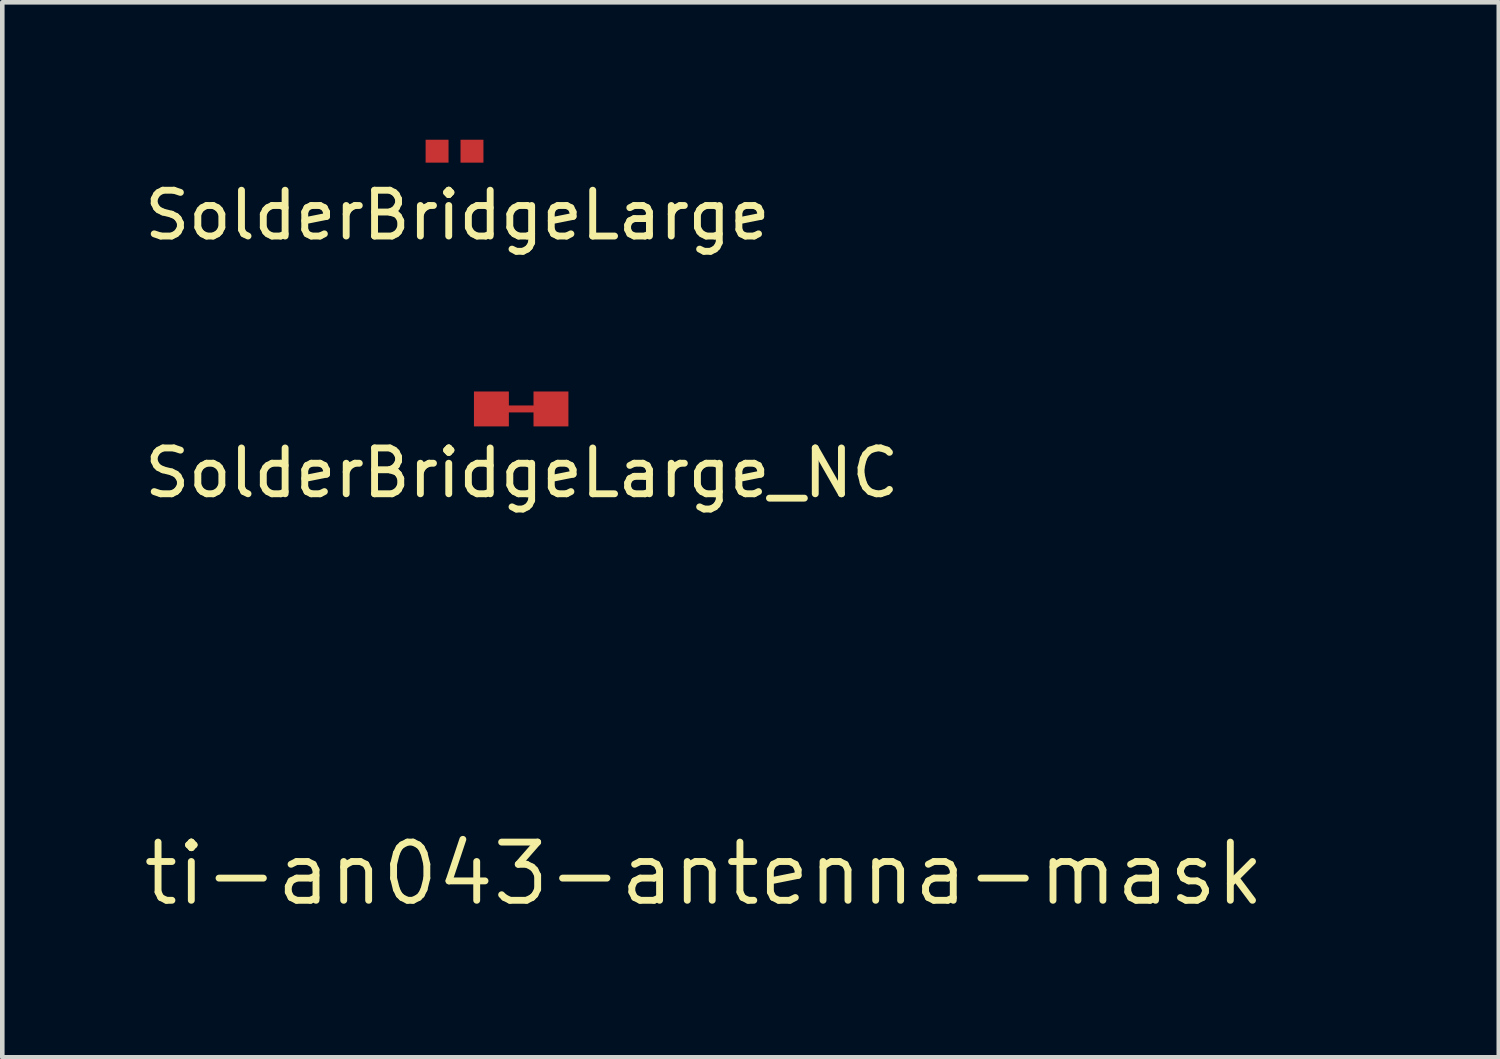
<source format=kicad_pcb>
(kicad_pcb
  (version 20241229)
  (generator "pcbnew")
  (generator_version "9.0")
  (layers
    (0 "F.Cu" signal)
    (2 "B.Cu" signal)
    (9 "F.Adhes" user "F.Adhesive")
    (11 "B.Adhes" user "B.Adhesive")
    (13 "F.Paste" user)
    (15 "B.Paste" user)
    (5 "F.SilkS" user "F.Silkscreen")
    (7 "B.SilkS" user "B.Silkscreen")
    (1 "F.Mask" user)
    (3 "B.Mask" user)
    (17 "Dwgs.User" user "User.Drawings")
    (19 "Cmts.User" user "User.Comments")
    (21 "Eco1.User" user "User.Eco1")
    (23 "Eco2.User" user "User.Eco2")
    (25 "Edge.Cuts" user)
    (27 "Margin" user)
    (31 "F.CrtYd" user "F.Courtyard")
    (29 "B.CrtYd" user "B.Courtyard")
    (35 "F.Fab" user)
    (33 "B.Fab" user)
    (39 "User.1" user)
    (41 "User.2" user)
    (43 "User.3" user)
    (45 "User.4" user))
  (footprint "SolderBridgeLarge"
    (layer "F.Cu")
    (at 6.871 0.25)
    (property "Reference" "SolderBridgeLarge" (at 0.064 1.397 0) (layer "F.SilkS") (effects (font (size 1 1) (thickness 0.15))))
    (attr through_hole)
    (pad "1" smd rect (at -0.381 0) (size 0.5 0.5) (layers "F.Cu" "F.Mask" "F.Paste"))
    (pad "2" smd rect (at 0.381 0) (size 0.5 0.5) (layers "F.Cu" "F.Mask" "F.Paste")))
  (footprint "ti-an043-antenna-mask"
    (layer "F.Cu")
    (at 12.314 16.021)
    (property "Reference" "ti-an043-antenna-mask" (at 0 0 0) (layer "F.SilkS") (effects (font (size 1.27 1.27) (thickness 0.15))))
    (attr through_hole)
    (fp_poly (pts (xy 0 -4.9) (xy 0 -4.4) (xy 5 -4.4) (xy 5 -4.9) (xy 0 -4.9)) (stroke (width 0) (type solid)) (fill yes) (layer "F.Mask"))
    (fp_poly (pts (xy 0 -4.4) (xy 0 0.5) (xy 0.9 0.5) (xy 0.9 -4.4) (xy 0 -4.4)) (stroke (width 0) (type solid)) (fill yes) (layer "F.Mask"))
    (fp_poly (pts (xy 2.3 -4.4) (xy 2.3 0.5) (xy 2.8 0.5) (xy 2.8 -4.4) (xy 2.3 -4.4)) (stroke (width 0) (type solid)) (fill yes) (layer "F.Mask"))
    (fp_poly (pts (xy 4.5 -4.4) (xy 4.5 -1.76) (xy 5 -1.76) (xy 5 -4.4) (xy 4.5 -4.4)) (stroke (width 0) (type solid)) (fill yes) (layer "F.Mask"))
    (fp_poly (pts (xy 5 -2.26) (xy 5 -1.76) (xy 7 -1.76) (xy 7 -2.26) (xy 5 -2.26)) (stroke (width 0) (type solid)) (fill yes) (layer "F.Mask"))
    (fp_poly (pts (xy 6.95 -4.9) (xy 6.95 -4.4) (xy 9.65 -4.4) (xy 9.65 -4.9) (xy 6.95 -4.9)) (stroke (width 0) (type solid)) (fill yes) (layer "F.Mask"))
    (fp_poly (pts (xy 6.95 -4.4) (xy 6.95 -1.76) (xy 7.45 -1.76) (xy 7.45 -4.4) (xy 6.95 -4.4)) (stroke (width 0) (type solid)) (fill yes) (layer "F.Mask"))
    (fp_poly (pts (xy 9.15 -4.4) (xy 9.15 -1.76) (xy 9.65 -1.76) (xy 9.65 -4.4) (xy 9.15 -4.4)) (stroke (width 0) (type solid)) (fill yes) (layer "F.Mask"))
    (fp_poly (pts (xy 9.65 -2.26) (xy 9.65 -1.76) (xy 11.65 -1.76) (xy 11.65 -2.26) (xy 9.65 -2.26)) (stroke (width 0) (type solid)) (fill yes) (layer "F.Mask"))
    (fp_poly (pts (xy 11.65 -4.9) (xy 11.65 -4.4) (xy 14.35 -4.4) (xy 14.35 -4.9) (xy 11.65 -4.9)) (stroke (width 0) (type solid)) (fill yes) (layer "F.Mask"))
    (fp_poly (pts (xy 11.65 -4.4) (xy 11.65 -1.76) (xy 12.15 -1.76) (xy 12.15 -4.4) (xy 11.65 -4.4)) (stroke (width 0) (type solid)) (fill yes) (layer "F.Mask"))
    (fp_poly (pts (xy 13.85 -4.4) (xy 13.85 -0.46) (xy 14.35 -0.46) (xy 14.35 -4.4) (xy 13.85 -4.4)) (stroke (width 0) (type solid)) (fill yes) (layer "F.Mask"))
    (pad "" smd rect (at 0.45 0.25) (size 0.9 0.5) (layers "F.Mask" "F.Paste"))
    (pad "" smd rect (at 2.55 0.25) (size 0.5 0.5) (layers "F.Mask" "F.Paste")))
  (footprint "SolderBridgeLarge_NC"
    (layer "F.Cu")
    (at 8.276 5.876)
    (property "Reference" "SolderBridgeLarge_NC" (at 0.064 1.397 0) (layer "F.SilkS") (effects (font (size 1 1) (thickness 0.15))))
    (attr through_hole)
    (pad "1" smd rect (at -0.6 0) (size 0.762 0.762) (layers "F.Cu" "F.Mask" "F.Paste"))
    (pad "2" smd rect (at 0.7 0) (size 0.762 0.762) (layers "F.Cu" "F.Mask" "F.Paste"))
    (pad "3" smd rect (at 0 0) (size 1.016 0.152) (layers "F.Cu" "F.Mask" "F.Paste")))
  (gr_rect
    (start -3 -3)
    (end 29.664 20.028)
    (stroke (width 0.1) (type default))
    (fill no)
    (layer "Edge.Cuts")))
</source>
